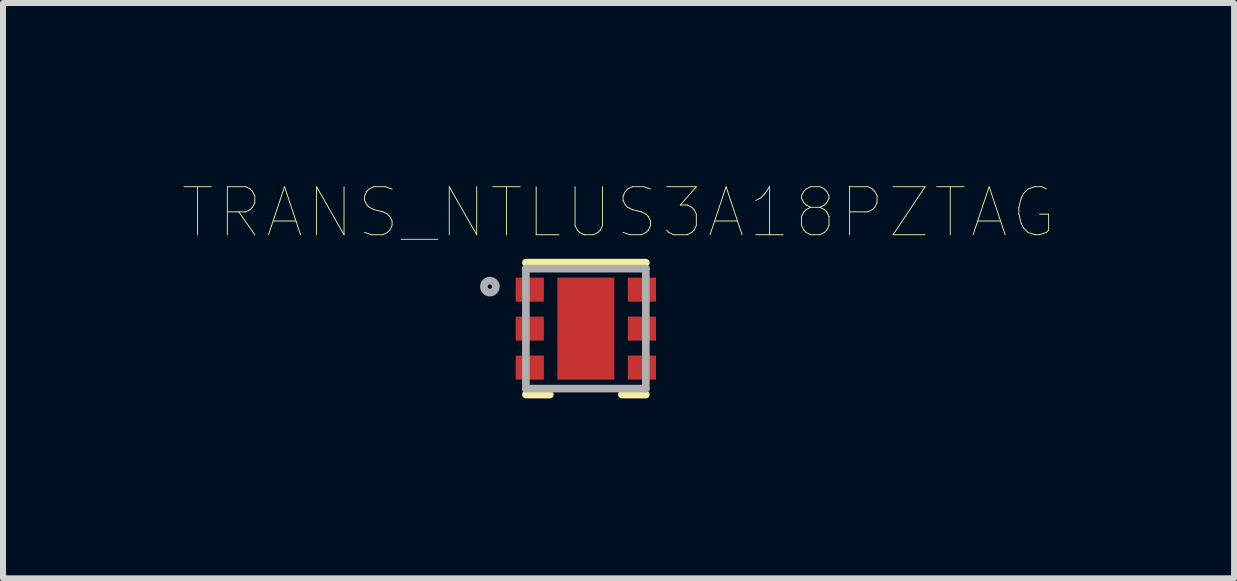
<source format=kicad_pcb>
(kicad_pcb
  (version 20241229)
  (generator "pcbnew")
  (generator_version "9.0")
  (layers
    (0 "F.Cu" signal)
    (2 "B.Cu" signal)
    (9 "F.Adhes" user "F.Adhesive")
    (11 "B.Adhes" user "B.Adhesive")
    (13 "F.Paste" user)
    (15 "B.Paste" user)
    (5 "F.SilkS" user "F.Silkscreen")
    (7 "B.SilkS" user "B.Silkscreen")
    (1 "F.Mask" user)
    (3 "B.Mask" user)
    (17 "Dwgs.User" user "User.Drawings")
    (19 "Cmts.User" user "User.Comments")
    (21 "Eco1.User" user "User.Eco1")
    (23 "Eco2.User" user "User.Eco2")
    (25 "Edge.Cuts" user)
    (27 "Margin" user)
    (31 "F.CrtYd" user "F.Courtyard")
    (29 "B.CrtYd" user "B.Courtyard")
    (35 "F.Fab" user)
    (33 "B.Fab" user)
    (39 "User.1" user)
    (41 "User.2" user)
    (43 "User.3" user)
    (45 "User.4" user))
  (footprint "TRANS_NTLUS3A18PZTAG"
    (layer "F.Cu")
    (at 6.718 2.429)
    (property "Reference" "TRANS_NTLUS3A18PZTAG" (at 0.545 -1.935 0) (layer "F.SilkS") (effects (font (size 0.801 0.801) (thickness 0.015))))
    (attr through_hole)
    (fp_line (start -1 -1.1) (end 1 -1.1) (stroke (width 0.127) (type solid)) (layer "F.SilkS"))
    (fp_line (start -1 1.1) (end -0.6 1.1) (stroke (width 0.127) (type solid)) (layer "F.SilkS"))
    (fp_line (start 0.6 1.1) (end 1 1.1) (stroke (width 0.127) (type solid)) (layer "F.SilkS"))
    (fp_line (start -1 -1) (end 1 -1) (stroke (width 0.127) (type solid)) (layer "F.Fab"))
    (fp_line (start -1 1) (end -1 -1) (stroke (width 0.127) (type solid)) (layer "F.Fab"))
    (fp_line (start 1 -1) (end 1 1) (stroke (width 0.127) (type solid)) (layer "F.Fab"))
    (fp_line (start 1 1) (end -1 1) (stroke (width 0.127) (type solid)) (layer "F.Fab"))
    (fp_circle (center -1.6 -0.7) (end -1.5 -0.7) (stroke (width 0.127) (type solid)) (fill no) (layer "F.Fab"))
    (pad "1" smd rect (at -0.935 -0.65) (size 0.47 0.4) (layers "F.Cu" "F.Mask" "F.Paste"))
    (pad "2" smd rect (at -0.935 0) (size 0.47 0.4) (layers "F.Cu" "F.Mask" "F.Paste"))
    (pad "3" smd rect (at -0.935 0.65) (size 0.47 0.4) (layers "F.Cu" "F.Mask" "F.Paste"))
    (pad "4" smd rect (at 0.935 0.65) (size 0.47 0.4) (layers "F.Cu" "F.Mask" "F.Paste"))
    (pad "5" smd rect (at 0.935 0) (size 0.47 0.4) (layers "F.Cu" "F.Mask" "F.Paste"))
    (pad "6" smd rect (at 0.935 -0.65) (size 0.47 0.4) (layers "F.Cu" "F.Mask" "F.Paste"))
    (pad "7" smd rect (at 0 0) (size 0.95 1.7) (layers "F.Cu" "F.Mask")))
  (gr_rect
    (start -3 -3)
    (end 17.526 6.593)
    (stroke (width 0.1) (type default))
    (fill no)
    (layer "Edge.Cuts")))
</source>
